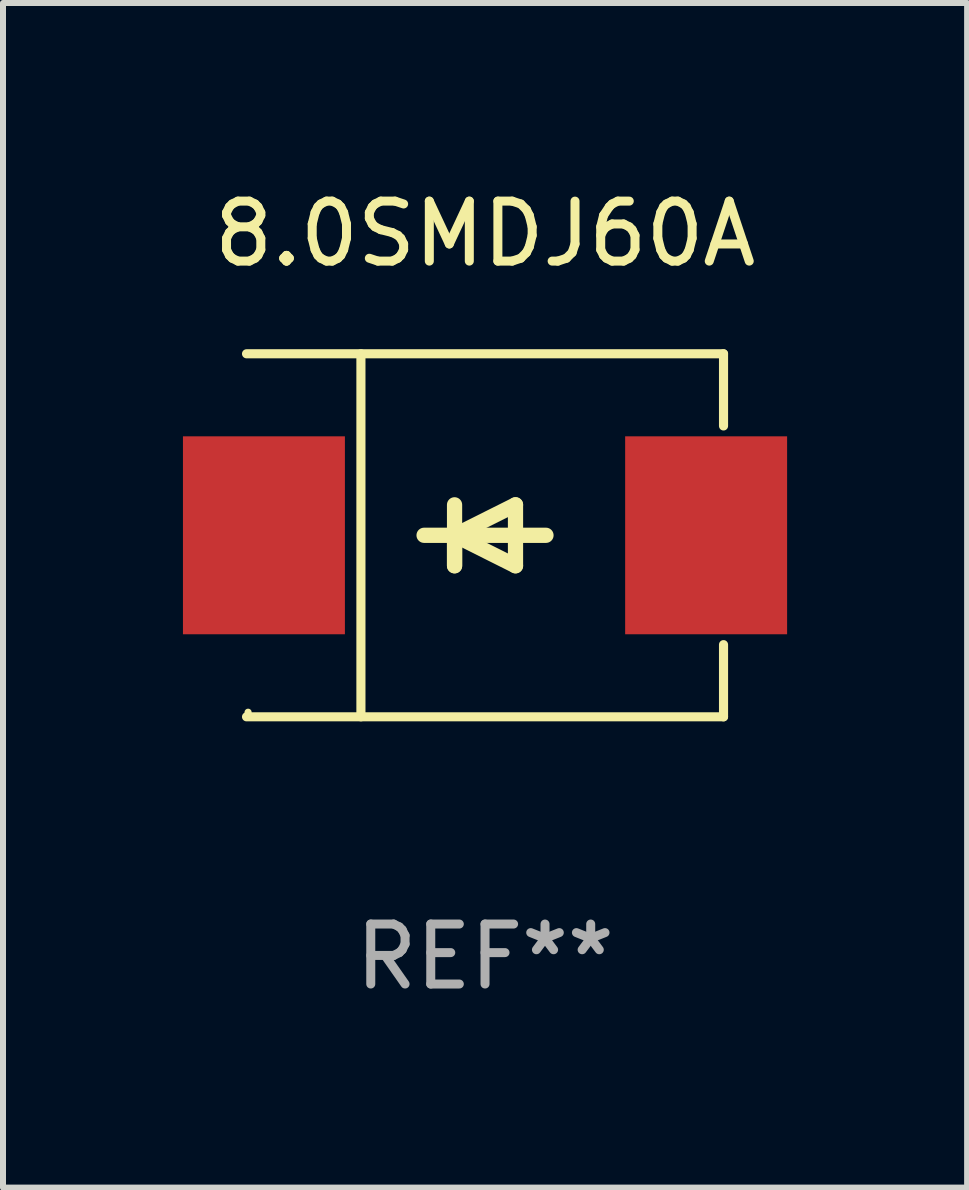
<source format=kicad_pcb>
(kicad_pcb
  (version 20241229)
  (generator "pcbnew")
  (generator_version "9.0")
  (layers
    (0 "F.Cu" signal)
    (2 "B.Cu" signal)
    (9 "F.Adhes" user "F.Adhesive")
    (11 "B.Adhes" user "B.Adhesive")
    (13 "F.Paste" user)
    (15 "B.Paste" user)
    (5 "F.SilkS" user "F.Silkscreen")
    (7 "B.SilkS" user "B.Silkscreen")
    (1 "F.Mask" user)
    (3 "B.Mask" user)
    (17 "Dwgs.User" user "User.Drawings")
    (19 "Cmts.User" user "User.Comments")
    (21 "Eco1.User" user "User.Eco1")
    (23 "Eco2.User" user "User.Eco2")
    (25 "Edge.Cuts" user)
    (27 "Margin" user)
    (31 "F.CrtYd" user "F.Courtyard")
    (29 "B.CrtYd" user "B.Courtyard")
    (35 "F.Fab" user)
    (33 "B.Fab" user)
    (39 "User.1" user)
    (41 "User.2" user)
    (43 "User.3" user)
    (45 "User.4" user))
  (footprint "8.0SMDJ60A"
    (layer "F.Cu")
    (at 5.036 5.874)
    (property "Reference" "8.0SMDJ60A" (at 0 -5.026 0) (layer "F.SilkS") (effects (font (size 1 1) (thickness 0.15))))
    (attr through_hole)
    (fp_line (start -3.976 -3.026) (end 3.976 -3.026) (stroke (width 0.152) (type solid)) (layer "F.SilkS"))
    (fp_line (start -3.976 3.026) (end 3.976 3.026) (stroke (width 0.152) (type solid)) (layer "F.SilkS"))
    (fp_line (start -2.069 -3.026) (end -2.069 3.026) (stroke (width 0.152) (type solid)) (layer "F.SilkS"))
    (fp_line (start -0.508 0) (end -0.508 0.508) (stroke (width 0.254) (type solid)) (layer "F.SilkS"))
    (fp_line (start -0.508 0) (end 0.508 0.508) (stroke (width 0.254) (type solid)) (layer "F.SilkS"))
    (fp_line (start -0.508 0.508) (end -0.508 -0.508) (stroke (width 0.254) (type solid)) (layer "F.SilkS"))
    (fp_line (start 0.508 -0.508) (end -0.508 0) (stroke (width 0.254) (type solid)) (layer "F.SilkS"))
    (fp_line (start 0.508 0.508) (end 0.508 -0.508) (stroke (width 0.254) (type solid)) (layer "F.SilkS"))
    (fp_line (start 1.016 0) (end -1.016 0) (stroke (width 0.254) (type solid)) (layer "F.SilkS"))
    (fp_line (start 3.976 -3.026) (end 3.976 -1.823) (stroke (width 0.152) (type solid)) (layer "F.SilkS"))
    (fp_line (start 3.976 3.026) (end 3.976 1.823) (stroke (width 0.152) (type solid)) (layer "F.SilkS"))
    (fp_circle (center -3.95 2.95) (end -3.92 2.95) (stroke (width 0.06) (type solid)) (fill no) (layer "F.SilkS"))
    (fp_text user "REF**" (at 0 7.026 0) (layer "F.Fab") (effects (font (size 1 1) (thickness 0.15))))
    (pad "1" smd rect (at -3.686 0) (size 2.7 3.3) (layers "F.Cu" "F.Mask" "F.Paste"))
    (pad "2" smd rect (at 3.686 0) (size 2.7 3.3) (layers "F.Cu" "F.Mask" "F.Paste")))
  (gr_rect
    (start -3 -3)
    (end 13.073 16.749)
    (stroke (width 0.1) (type default))
    (fill no)
    (layer "Edge.Cuts")))
</source>
